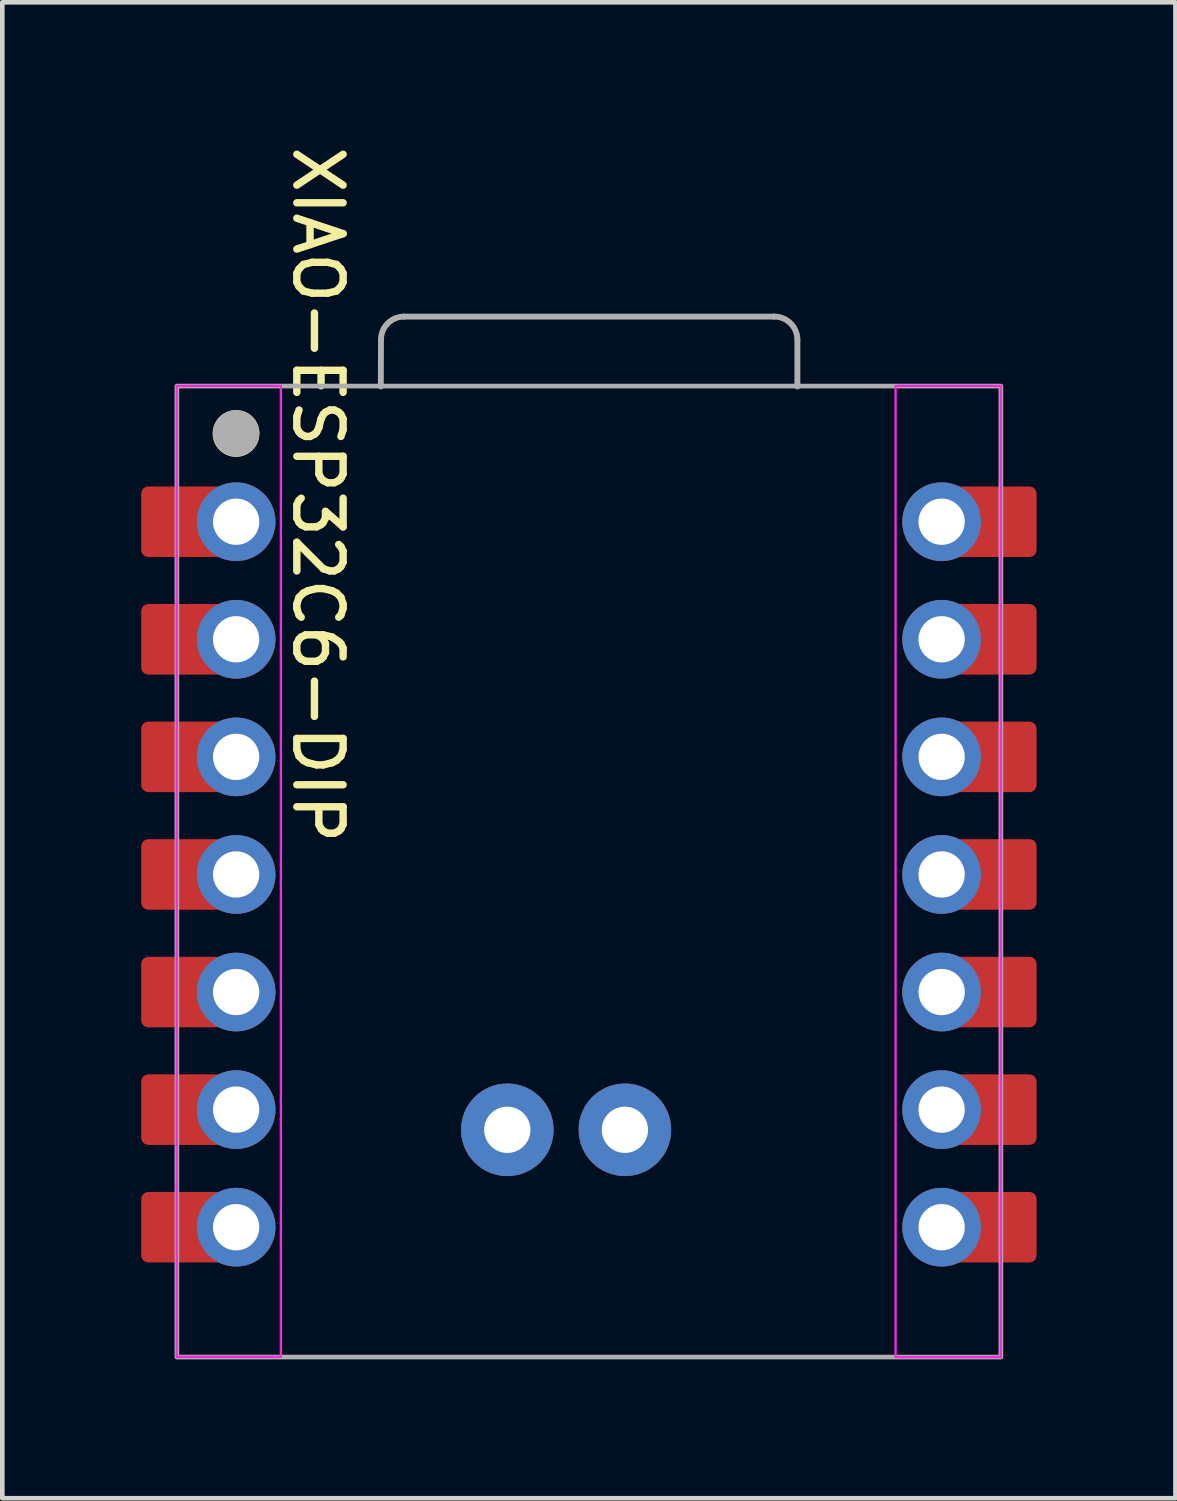
<source format=kicad_pcb>
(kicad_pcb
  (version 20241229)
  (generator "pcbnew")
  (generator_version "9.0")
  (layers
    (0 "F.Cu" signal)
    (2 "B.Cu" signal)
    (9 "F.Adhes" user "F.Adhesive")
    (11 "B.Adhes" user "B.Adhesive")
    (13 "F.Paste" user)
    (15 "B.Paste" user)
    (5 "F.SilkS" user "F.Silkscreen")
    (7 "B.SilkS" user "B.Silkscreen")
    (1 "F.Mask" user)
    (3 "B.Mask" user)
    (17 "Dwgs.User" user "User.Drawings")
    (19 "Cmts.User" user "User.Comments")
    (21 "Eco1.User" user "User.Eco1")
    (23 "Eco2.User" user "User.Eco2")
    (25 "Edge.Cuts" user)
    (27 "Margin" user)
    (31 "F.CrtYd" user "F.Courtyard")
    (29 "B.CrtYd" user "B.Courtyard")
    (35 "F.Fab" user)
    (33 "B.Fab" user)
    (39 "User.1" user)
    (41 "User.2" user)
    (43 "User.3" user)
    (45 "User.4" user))
  (footprint "XIAO-ESP32C6-DIP"
    (layer "F.Cu")
    (at 9.716 15.84)
    (property "Reference" "XIAO-ESP32C6-DIP" (at -5.9 -8.2 270) (unlocked yes) (layer "F.SilkS") (effects (font (size 1 1) (thickness 0.16))))
    (attr smd)
    (fp_circle (center -7.668 -9.525) (end -7.668 -9.779) (stroke (width 0.5) (type solid)) (fill yes) (layer "F.SilkS"))
    (fp_rect (start -8.947 -10.554) (end -6.699 10.421) (stroke (width 0.05) (type default)) (fill no) (layer "F.CrtYd"))
    (fp_rect (start 6.58 -10.554) (end 8.855 10.425) (stroke (width 0.05) (type default)) (fill no) (layer "F.CrtYd"))
    (fp_line (start -4.54 -10.541) (end -4.536 -11.551) (stroke (width 0.127) (type solid)) (layer "F.Fab"))
    (fp_line (start -4.036 -12.051) (end 3.959 -12.051) (stroke (width 0.127) (type solid)) (layer "F.Fab"))
    (fp_line (start 4.459 -11.551) (end 4.459 -10.541) (stroke (width 0.127) (type solid)) (layer "F.Fab"))
    (fp_rect (start -8.945 -10.55) (end 8.855 10.425) (stroke (width 0.1) (type default)) (fill no) (layer "F.Fab"))
    (fp_arc (start -4.536272 -11.551272) (mid -4.389728 -11.90464) (end -4.036272 -12.051) (stroke (width 0.127) (type solid)) (layer "F.Fab"))
    (fp_arc (start 3.959 -12.051) (mid 4.312553 -11.904553) (end 4.459 -11.551) (stroke (width 0.127) (type solid)) (layer "F.Fab"))
    (fp_circle (center -7.665 -9.531) (end -7.665 -9.785) (stroke (width 0.5) (type solid)) (fill no) (layer "F.Fab"))
    (pad "1" smd roundrect (at -8.5 -7.62 180) (size 2.432 1.524) (layers "F.Cu" "F.Mask") (roundrect_rratio 0.1))
    (pad "1" thru_hole circle (at -7.665 -7.62 180) (size 1.7 1.7) (drill 1) (layers "*.Cu" "*.Mask"))
    (pad "2" smd roundrect (at -8.5 -5.08 180) (size 2.432 1.524) (layers "F.Cu" "F.Mask") (roundrect_rratio 0.1))
    (pad "2" thru_hole circle (at -7.665 -5.08 180) (size 1.7 1.7) (drill 1) (layers "*.Cu" "*.Mask"))
    (pad "3" smd roundrect (at -8.5 -2.54 180) (size 2.432 1.524) (layers "F.Cu" "F.Mask") (roundrect_rratio 0.1))
    (pad "3" thru_hole circle (at -7.665 -2.54 180) (size 1.7 1.7) (drill 1) (layers "*.Cu" "*.Mask"))
    (pad "4" smd roundrect (at -8.5 0 180) (size 2.432 1.524) (layers "F.Cu" "F.Mask") (roundrect_rratio 0.1))
    (pad "4" thru_hole circle (at -7.665 0 180) (size 1.7 1.7) (drill 1) (layers "*.Cu" "*.Mask"))
    (pad "5" smd roundrect (at -8.5 2.54 180) (size 2.432 1.524) (layers "F.Cu" "F.Mask") (roundrect_rratio 0.1))
    (pad "5" thru_hole circle (at -7.665 2.54 180) (size 1.7 1.7) (drill 1) (layers "*.Cu" "*.Mask"))
    (pad "6" smd roundrect (at -8.5 5.08 180) (size 2.432 1.524) (layers "F.Cu" "F.Mask") (roundrect_rratio 0.1))
    (pad "6" thru_hole circle (at -7.665 5.08 180) (size 1.7 1.7) (drill 1) (layers "*.Cu" "*.Mask"))
    (pad "7" smd roundrect (at -8.5 7.62 180) (size 2.432 1.524) (layers "F.Cu" "F.Mask") (roundrect_rratio 0.1))
    (pad "7" thru_hole circle (at -7.665 7.62 180) (size 1.7 1.7) (drill 1) (layers "*.Cu" "*.Mask"))
    (pad "8" thru_hole circle (at 7.575 7.62) (size 1.7 1.7) (drill 1) (layers "*.Cu" "*.Mask"))
    (pad "8" smd roundrect (at 8.41 7.62) (size 2.432 1.524) (layers "F.Cu" "F.Mask") (roundrect_rratio 0.1))
    (pad "9" thru_hole circle (at 7.575 5.08) (size 1.7 1.7) (drill 1) (layers "*.Cu" "*.Mask"))
    (pad "9" smd roundrect (at 8.41 5.08) (size 2.432 1.524) (layers "F.Cu" "F.Mask") (roundrect_rratio 0.1))
    (pad "10" thru_hole circle (at 7.575 2.54) (size 1.7 1.7) (drill 1) (layers "*.Cu" "*.Mask"))
    (pad "10" smd roundrect (at 8.41 2.54) (size 2.432 1.524) (layers "F.Cu" "F.Mask") (roundrect_rratio 0.1))
    (pad "11" thru_hole circle (at 7.575 0) (size 1.7 1.7) (drill 1) (layers "*.Cu" "*.Mask"))
    (pad "11" smd roundrect (at 8.41 0) (size 2.432 1.524) (layers "F.Cu" "F.Mask") (roundrect_rratio 0.1))
    (pad "12" thru_hole circle (at 7.575 -2.54) (size 1.7 1.7) (drill 1) (layers "*.Cu" "*.Mask"))
    (pad "12" smd roundrect (at 8.41 -2.54) (size 2.432 1.524) (layers "F.Cu" "F.Mask") (roundrect_rratio 0.1))
    (pad "13" thru_hole circle (at 7.575 -5.08) (size 1.7 1.7) (drill 1) (layers "*.Cu" "*.Mask"))
    (pad "13" smd roundrect (at 8.41 -5.08) (size 2.432 1.524) (layers "F.Cu" "F.Mask") (roundrect_rratio 0.1))
    (pad "14" thru_hole circle (at 7.575 -7.62) (size 1.7 1.7) (drill 1) (layers "*.Cu" "*.Mask"))
    (pad "14" smd roundrect (at 8.41 -7.62) (size 2.432 1.524) (layers "F.Cu" "F.Mask") (roundrect_rratio 0.1))
    (pad "15" thru_hole circle (at -1.807 5.516 270) (size 2 2) (drill 1) (layers "*.Cu" "*.Mask"))
    (pad "16" thru_hole circle (at 0.733 5.516 270) (size 2 2) (drill 1) (layers "*.Cu" "*.Mask")))
  (gr_rect
    (start -3 -3)
    (end 22.342 29.315)
    (stroke (width 0.1) (type default))
    (fill no)
    (layer "Edge.Cuts")))
</source>
